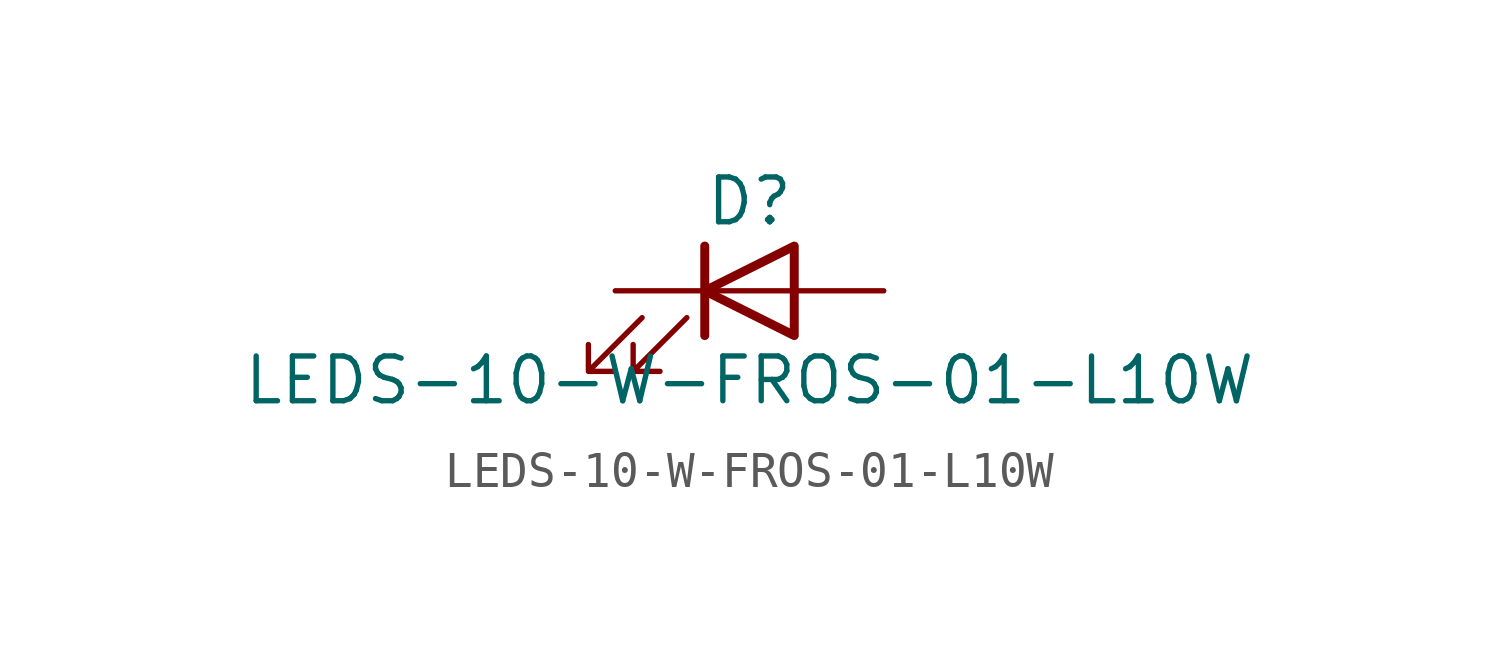
<source format=kicad_sym>
(kicad_symbol_lib
  (version 20211014)
  (generator kicad_symbol_editor)
  (symbol "LEDS-10-W-FROS-01-L10W"
    (pin_numbers hide)
    (pin_names
      (offset 1.016) hide)
    (property "Reference" "D"
      (at 0 2.54 0)
      (effects (font (size 1.27 1.27))))
    (property "Value" "LEDS-10-W-FROS-01-L10W"
      (at 0 -2.54 0)
      (effects (font (size 1.27 1.27))))
    (symbol "LEDS-10-W-FROS-01-L10W_0_1"
      (polyline (pts (xy -1.27 -1.27) (xy -1.27 1.27)) (stroke (width 0.254) (type default) (color 0 0 0 0)) (fill (type none)))
      (polyline (pts (xy -1.27 0) (xy 1.27 0)) (stroke (width 0) (type default) (color 0 0 0 0)) (fill (type none)))
      (polyline (pts (xy 1.27 -1.27) (xy 1.27 1.27) (xy -1.27 0) (xy 1.27 -1.27)) (stroke (width 0.254) (type default) (color 0 0 0 0)) (fill (type none)))
      (polyline (pts (xy -3.048 -0.762) (xy -4.572 -2.286) (xy -3.81 -2.286) (xy -4.572 -2.286) (xy -4.572 -1.524)) (stroke (width 0) (type default) (color 0 0 0 0)) (fill (type none)))
      (polyline (pts (xy -1.778 -0.762) (xy -3.302 -2.286) (xy -2.54 -2.286) (xy -3.302 -2.286) (xy -3.302 -1.524)) (stroke (width 0) (type default) (color 0 0 0 0)) (fill (type none))))
    (symbol "LEDS-10-W-FROS-01-L10W_1_1"
      (pin passive line (at -3.81 0 0) (length 2.54) (name "K" (effects (font (size 1.27 1.27)))) (number "1" (effects (font (size 1.27 1.27)))))
      (pin passive line (at 3.81 0 180) (length 2.54) (name "A" (effects (font (size 1.27 1.27)))) (number "2" (effects (font (size 1.27 1.27))))))))
</source>
